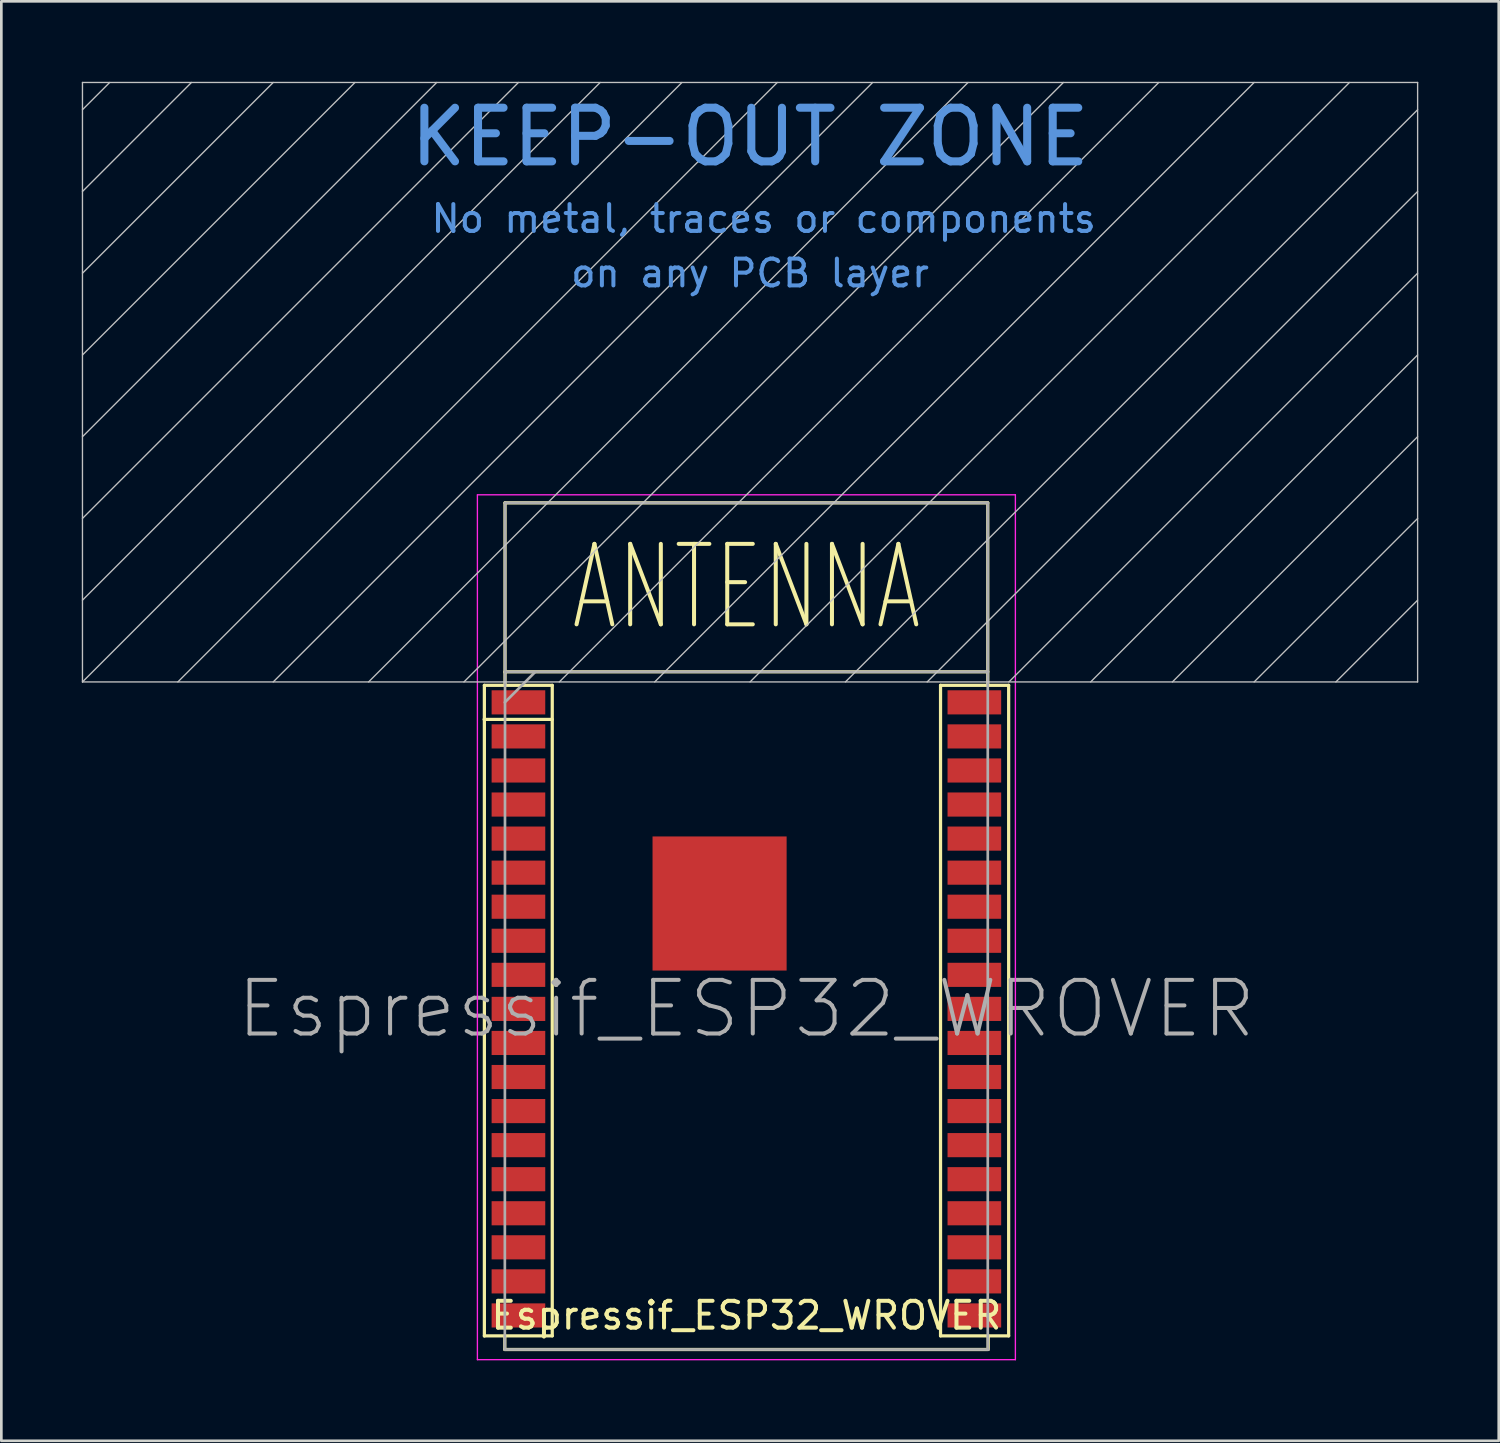
<source format=kicad_pcb>
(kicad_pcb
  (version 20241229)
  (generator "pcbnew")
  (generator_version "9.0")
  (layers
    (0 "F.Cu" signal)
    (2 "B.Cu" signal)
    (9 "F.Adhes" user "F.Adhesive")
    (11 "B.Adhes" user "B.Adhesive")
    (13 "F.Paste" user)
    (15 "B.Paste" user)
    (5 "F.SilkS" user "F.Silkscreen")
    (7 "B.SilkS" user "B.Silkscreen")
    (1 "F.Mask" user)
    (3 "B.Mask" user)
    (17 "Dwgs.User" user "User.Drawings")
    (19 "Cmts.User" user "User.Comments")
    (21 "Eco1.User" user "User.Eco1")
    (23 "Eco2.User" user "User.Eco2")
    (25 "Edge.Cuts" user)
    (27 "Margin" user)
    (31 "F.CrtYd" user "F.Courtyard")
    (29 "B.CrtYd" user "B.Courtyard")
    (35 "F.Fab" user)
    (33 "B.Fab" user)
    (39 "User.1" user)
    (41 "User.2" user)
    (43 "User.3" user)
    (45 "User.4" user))
  (footprint "Espressif_ESP32_WROVER"
    (layer "F.Cu")
    (at 24.781 34.569)
    (property "Reference" "Espressif_ESP32_WROVER" (at 0 11.43 0) (layer "F.SilkS") (effects (font (size 1 1) (thickness 0.15))))
    (attr smd)
    (fp_line (start -9.779 -10.795) (end -7.239 -10.795) (stroke (width 0.12) (type solid)) (layer "F.SilkS"))
    (fp_line (start -9.77 -12.065) (end -9.77 12.197) (stroke (width 0.12) (type solid)) (layer "F.SilkS"))
    (fp_line (start -9.77 -12.065) (end -7.239 -12.065) (stroke (width 0.12) (type solid)) (layer "F.SilkS"))
    (fp_line (start -9.77 12.192) (end -7.239 12.192) (stroke (width 0.12) (type solid)) (layer "F.SilkS"))
    (fp_line (start -9.008 12.192) (end -9.008 12.7) (stroke (width 0.12) (type solid)) (layer "F.SilkS"))
    (fp_line (start -9.008 12.7) (end 9 12.7) (stroke (width 0.12) (type solid)) (layer "F.SilkS"))
    (fp_line (start -9 -18.87) (end -9 -12.074) (stroke (width 0.12) (type solid)) (layer "F.SilkS"))
    (fp_line (start -9 -18.87) (end 9 -18.87) (stroke (width 0.12) (type solid)) (layer "F.SilkS"))
    (fp_line (start -9 -12.57) (end -9 -12.549) (stroke (width 0.12) (type solid)) (layer "F.SilkS"))
    (fp_line (start -9 -12.57) (end 9 -12.57) (stroke (width 0.12) (type solid)) (layer "F.SilkS"))
    (fp_line (start -7.239 -12.065) (end -7.239 12.192) (stroke (width 0.12) (type solid)) (layer "F.SilkS"))
    (fp_line (start 7.239 -12.065) (end 7.239 12.192) (stroke (width 0.12) (type solid)) (layer "F.SilkS"))
    (fp_line (start 7.239 12.192) (end 9.779 12.192) (stroke (width 0.12) (type solid)) (layer "F.SilkS"))
    (fp_line (start 9 -12.1) (end 9 -18.87) (stroke (width 0.12) (type solid)) (layer "F.SilkS"))
    (fp_line (start 9.017 12.7) (end 9.017 12.192) (stroke (width 0.12) (type solid)) (layer "F.SilkS"))
    (fp_line (start 9.779 -12.065) (end 7.239 -12.065) (stroke (width 0.12) (type solid)) (layer "F.SilkS"))
    (fp_line (start 9.779 12.192) (end 9.779 -12.065) (stroke (width 0.12) (type solid)) (layer "F.SilkS"))
    (fp_line (start -24.756 -34.544) (end 25.028 -34.544) (stroke (width 0.05) (type solid)) (layer "Dwgs.User"))
    (fp_line (start -24.756 -33.528) (end -23.74 -34.544) (stroke (width 0.05) (type solid)) (layer "Dwgs.User"))
    (fp_line (start -24.756 -30.48) (end -20.692 -34.544) (stroke (width 0.05) (type solid)) (layer "Dwgs.User"))
    (fp_line (start -24.756 -27.432) (end -17.644 -34.544) (stroke (width 0.05) (type solid)) (layer "Dwgs.User"))
    (fp_line (start -24.756 -24.384) (end -14.596 -34.544) (stroke (width 0.05) (type solid)) (layer "Dwgs.User"))
    (fp_line (start -24.756 -21.336) (end -11.548 -34.544) (stroke (width 0.05) (type solid)) (layer "Dwgs.User"))
    (fp_line (start -24.756 -18.288) (end -8.5 -34.544) (stroke (width 0.05) (type solid)) (layer "Dwgs.User"))
    (fp_line (start -24.756 -15.24) (end -5.452 -34.544) (stroke (width 0.05) (type solid)) (layer "Dwgs.User"))
    (fp_line (start -24.756 -12.192) (end -24.756 -34.544) (stroke (width 0.05) (type solid)) (layer "Dwgs.User"))
    (fp_line (start -24.756 -12.192) (end -2.404 -34.544) (stroke (width 0.05) (type solid)) (layer "Dwgs.User"))
    (fp_line (start -21.2 -12.192) (end 1.152 -34.544) (stroke (width 0.05) (type solid)) (layer "Dwgs.User"))
    (fp_line (start -17.644 -12.192) (end 4.708 -34.544) (stroke (width 0.05) (type solid)) (layer "Dwgs.User"))
    (fp_line (start -14.088 -12.192) (end 8.264 -34.544) (stroke (width 0.05) (type solid)) (layer "Dwgs.User"))
    (fp_line (start -10.532 -12.192) (end 11.82 -34.544) (stroke (width 0.05) (type solid)) (layer "Dwgs.User"))
    (fp_line (start -6.976 -12.192) (end 15.376 -34.544) (stroke (width 0.05) (type solid)) (layer "Dwgs.User"))
    (fp_line (start -3.42 -12.192) (end 18.932 -34.544) (stroke (width 0.05) (type solid)) (layer "Dwgs.User"))
    (fp_line (start 0.136 -12.192) (end 22.488 -34.544) (stroke (width 0.05) (type solid)) (layer "Dwgs.User"))
    (fp_line (start 3.692 -12.192) (end 25.028 -33.528) (stroke (width 0.05) (type solid)) (layer "Dwgs.User"))
    (fp_line (start 6.74 -12.192) (end 25.028 -30.48) (stroke (width 0.05) (type solid)) (layer "Dwgs.User"))
    (fp_line (start 9.788 -12.192) (end 25.028 -27.432) (stroke (width 0.05) (type solid)) (layer "Dwgs.User"))
    (fp_line (start 12.836 -12.192) (end 25.028 -24.384) (stroke (width 0.05) (type solid)) (layer "Dwgs.User"))
    (fp_line (start 15.884 -12.192) (end 25.028 -21.336) (stroke (width 0.05) (type solid)) (layer "Dwgs.User"))
    (fp_line (start 18.932 -12.192) (end 25.028 -18.288) (stroke (width 0.05) (type solid)) (layer "Dwgs.User"))
    (fp_line (start 21.98 -12.192) (end 25.028 -15.24) (stroke (width 0.05) (type solid)) (layer "Dwgs.User"))
    (fp_line (start 25.028 -12.192) (end -24.756 -12.192) (stroke (width 0.05) (type solid)) (layer "Dwgs.User"))
    (fp_line (start 25.028 -12.192) (end 25.028 -34.544) (stroke (width 0.05) (type solid)) (layer "Dwgs.User"))
    (fp_line (start -10.03 13.08) (end -10.03 -19.16) (stroke (width 0.05) (type solid)) (layer "F.CrtYd"))
    (fp_line (start 10.03 -19.17) (end -10.03 -19.17) (stroke (width 0.05) (type solid)) (layer "F.CrtYd"))
    (fp_line (start 10.03 -19.17) (end 10.03 13.08) (stroke (width 0.05) (type solid)) (layer "F.CrtYd"))
    (fp_line (start 10.03 13.08) (end -10.03 13.08) (stroke (width 0.05) (type solid)) (layer "F.CrtYd"))
    (fp_line (start -9.008 -11.43) (end -7.865 -12.573) (stroke (width 0.1) (type solid)) (layer "F.Fab"))
    (fp_line (start -9.008 12.7) (end -9 -12.57) (stroke (width 0.1) (type solid)) (layer "F.Fab"))
    (fp_line (start -9.008 12.7) (end 9.026 12.7) (stroke (width 0.1) (type solid)) (layer "F.Fab"))
    (fp_line (start -9 -18.87) (end -9 -12.57) (stroke (width 0.1) (type solid)) (layer "F.Fab"))
    (fp_line (start -9 -18.87) (end 9 -18.87) (stroke (width 0.1) (type solid)) (layer "F.Fab"))
    (fp_line (start -9 -12.57) (end 9 -12.57) (stroke (width 0.1) (type solid)) (layer "F.Fab"))
    (fp_line (start 9 -12.57) (end 9 -18.87) (stroke (width 0.1) (type solid)) (layer "F.Fab"))
    (fp_line (start 9 -12.57) (end 9 12.7) (stroke (width 0.1) (type solid)) (layer "F.Fab"))
    (fp_text user "ANTENNA" (at 0 -15.72 0) (layer "F.SilkS") (effects (font (size 3 2) (thickness 0.15))))
    (fp_text user "on any PCB layer" (at 0.136 -27.432 0) (layer "Cmts.User") (effects (font (size 1 1) (thickness 0.15))))
    (fp_text user "No metal, traces or components" (at 0.644 -29.464 0) (layer "Cmts.User") (effects (font (size 1 1) (thickness 0.15))))
    (fp_text user "KEEP-OUT ZONE" (at 0.136 -32.512 0) (layer "Cmts.User") (effects (font (size 2 2) (thickness 0.3))))
    (fp_text user "${REFERENCE}" (at 0 0 0) (layer "F.Fab") (effects (font (size 2 2) (thickness 0.15))))
    (pad "1" smd rect (at -8.5 -11.43) (size 2 0.9) (layers "F.Cu" "F.Mask" "F.Paste"))
    (pad "2" smd rect (at -8.5 -10.16) (size 2 0.9) (layers "F.Cu" "F.Mask" "F.Paste"))
    (pad "3" smd rect (at -8.5 -8.89) (size 2 0.9) (layers "F.Cu" "F.Mask" "F.Paste"))
    (pad "4" smd rect (at -8.5 -7.62) (size 2 0.9) (layers "F.Cu" "F.Mask" "F.Paste"))
    (pad "5" smd rect (at -8.5 -6.35) (size 2 0.9) (layers "F.Cu" "F.Mask" "F.Paste"))
    (pad "6" smd rect (at -8.5 -5.08) (size 2 0.9) (layers "F.Cu" "F.Mask" "F.Paste"))
    (pad "7" smd rect (at -8.5 -3.81) (size 2 0.9) (layers "F.Cu" "F.Mask" "F.Paste"))
    (pad "8" smd rect (at -8.5 -2.54) (size 2 0.9) (layers "F.Cu" "F.Mask" "F.Paste"))
    (pad "9" smd rect (at -8.5 -1.27) (size 2 0.9) (layers "F.Cu" "F.Mask" "F.Paste"))
    (pad "10" smd rect (at -8.5 0) (size 2 0.9) (layers "F.Cu" "F.Mask" "F.Paste"))
    (pad "11" smd rect (at -8.5 1.27) (size 2 0.9) (layers "F.Cu" "F.Mask" "F.Paste"))
    (pad "12" smd rect (at -8.5 2.54) (size 2 0.9) (layers "F.Cu" "F.Mask" "F.Paste"))
    (pad "13" smd rect (at -8.5 3.81) (size 2 0.9) (layers "F.Cu" "F.Mask" "F.Paste"))
    (pad "14" smd rect (at -8.5 5.08) (size 2 0.9) (layers "F.Cu" "F.Mask" "F.Paste"))
    (pad "15" smd rect (at -8.5 6.35) (size 2 0.9) (layers "F.Cu" "F.Mask" "F.Paste"))
    (pad "16" smd rect (at -8.5 7.62) (size 2 0.9) (layers "F.Cu" "F.Mask" "F.Paste"))
    (pad "17" smd rect (at -8.5 8.89) (size 2 0.9) (layers "F.Cu" "F.Mask" "F.Paste"))
    (pad "18" smd rect (at -8.5 10.16) (size 2 0.9) (layers "F.Cu" "F.Mask" "F.Paste"))
    (pad "19" smd rect (at -8.5 11.43) (size 2 0.9) (layers "F.Cu" "F.Mask" "F.Paste"))
    (pad "20" smd rect (at 8.5 11.43) (size 2 0.9) (layers "F.Cu" "F.Mask" "F.Paste"))
    (pad "21" smd rect (at 8.5 10.16) (size 2 0.9) (layers "F.Cu" "F.Mask" "F.Paste"))
    (pad "22" smd rect (at 8.5 8.89) (size 2 0.9) (layers "F.Cu" "F.Mask" "F.Paste"))
    (pad "23" smd rect (at 8.5 7.62) (size 2 0.9) (layers "F.Cu" "F.Mask" "F.Paste"))
    (pad "24" smd rect (at 8.5 6.35) (size 2 0.9) (layers "F.Cu" "F.Mask" "F.Paste"))
    (pad "25" smd rect (at 8.5 5.08) (size 2 0.9) (layers "F.Cu" "F.Mask" "F.Paste"))
    (pad "26" smd rect (at 8.5 3.81) (size 2 0.9) (layers "F.Cu" "F.Mask" "F.Paste"))
    (pad "27" smd rect (at 8.5 2.54) (size 2 0.9) (layers "F.Cu" "F.Mask" "F.Paste"))
    (pad "28" smd rect (at 8.5 1.27) (size 2 0.9) (layers "F.Cu" "F.Mask" "F.Paste"))
    (pad "29" smd rect (at 8.5 0) (size 2 0.9) (layers "F.Cu" "F.Mask" "F.Paste"))
    (pad "30" smd rect (at 8.5 -1.27) (size 2 0.9) (layers "F.Cu" "F.Mask" "F.Paste"))
    (pad "31" smd rect (at 8.5 -2.54) (size 2 0.9) (layers "F.Cu" "F.Mask" "F.Paste"))
    (pad "32" smd rect (at 8.5 -3.81) (size 2 0.9) (layers "F.Cu" "F.Mask" "F.Paste"))
    (pad "33" smd rect (at 8.5 -5.08) (size 2 0.9) (layers "F.Cu" "F.Mask" "F.Paste"))
    (pad "34" smd rect (at 8.5 -6.35) (size 2 0.9) (layers "F.Cu" "F.Mask" "F.Paste"))
    (pad "35" smd rect (at 8.5 -7.62) (size 2 0.9) (layers "F.Cu" "F.Mask" "F.Paste"))
    (pad "36" smd rect (at 8.5 -8.89) (size 2 0.9) (layers "F.Cu" "F.Mask" "F.Paste"))
    (pad "37" smd rect (at 8.5 -10.16) (size 2 0.9) (layers "F.Cu" "F.Mask" "F.Paste"))
    (pad "38" smd rect (at 8.5 -11.43) (size 2 0.9) (layers "F.Cu" "F.Mask" "F.Paste"))
    (pad "39" smd rect (at -1 -3.93) (size 5 5) (layers "F.Cu" "F.Mask" "F.Paste")))
  (gr_rect
    (start -3 -3)
    (end 52.834 50.674)
    (stroke (width 0.1) (type default))
    (fill no)
    (layer "Edge.Cuts")))
</source>
